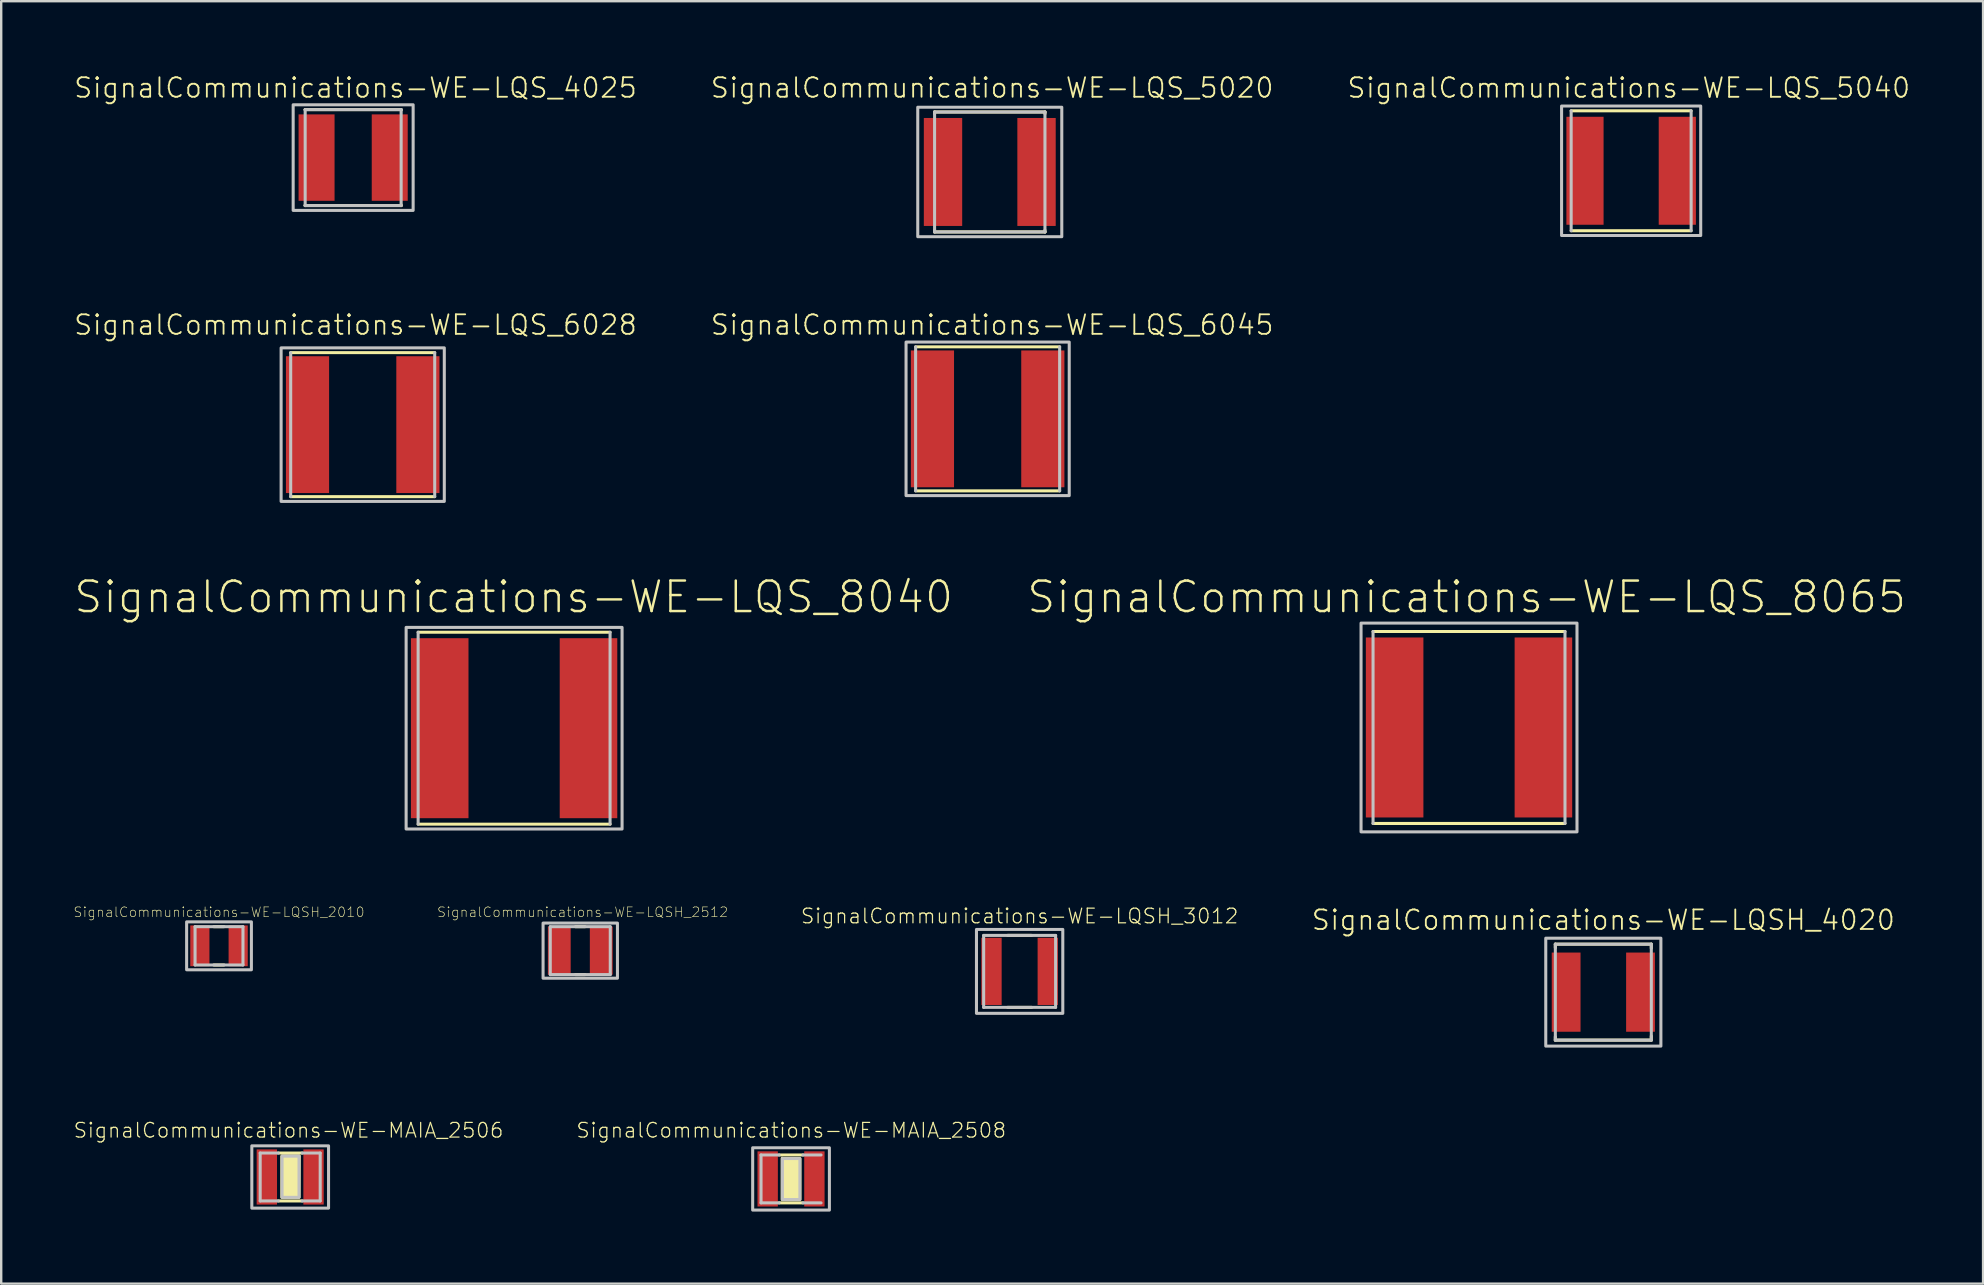
<source format=kicad_pcb>
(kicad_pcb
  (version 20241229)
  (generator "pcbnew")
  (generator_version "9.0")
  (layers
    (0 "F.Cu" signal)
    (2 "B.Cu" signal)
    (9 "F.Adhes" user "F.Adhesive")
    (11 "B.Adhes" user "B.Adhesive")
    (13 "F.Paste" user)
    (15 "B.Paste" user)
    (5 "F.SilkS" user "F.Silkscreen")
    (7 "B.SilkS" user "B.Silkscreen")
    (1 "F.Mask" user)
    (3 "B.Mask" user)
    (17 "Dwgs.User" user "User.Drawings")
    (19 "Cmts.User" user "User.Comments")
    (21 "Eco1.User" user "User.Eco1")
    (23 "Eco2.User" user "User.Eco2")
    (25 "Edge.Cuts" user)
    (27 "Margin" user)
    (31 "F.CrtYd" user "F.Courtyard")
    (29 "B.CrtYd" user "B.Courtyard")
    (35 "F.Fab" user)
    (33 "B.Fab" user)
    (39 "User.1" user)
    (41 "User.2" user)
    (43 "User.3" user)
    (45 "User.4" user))
  (footprint "SignalCommunications-WE-MAIA_2506"
    (layer "F.Cu")
    (at 9.039 45.982)
    (property "Reference" "SignalCommunications-WE-MAIA_2506" (at -0.069 -1.943 0) (layer "F.SilkS") (effects (font (size 0.61 0.61) (thickness 0.051))))
    (attr smd)
    (fp_line (start -0.498 -0.998) (end 0.498 -0.998) (stroke (width 0.127) (type solid)) (layer "F.SilkS"))
    (fp_line (start -0.498 0.998) (end 0.498 0.998) (stroke (width 0.127) (type solid)) (layer "F.SilkS"))
    (fp_poly (pts (xy -0.338 -0.879) (xy 0.378 -0.879) (xy 0.368 0.848) (xy -0.348 0.848) (xy -0.348 -0.859) (xy -0.338 -0.879)) (stroke (width 0.127) (type solid)) (fill yes) (layer "F.SilkS"))
    (fp_line (start -1.25 0.998) (end -1.25 -0.998) (stroke (width 0.127) (type solid)) (layer "Dwgs.User"))
    (fp_line (start -0.498 -0.998) (end -1.25 -0.998) (stroke (width 0.127) (type solid)) (layer "Dwgs.User"))
    (fp_line (start -0.498 0.998) (end -1.25 0.998) (stroke (width 0.127) (type solid)) (layer "Dwgs.User"))
    (fp_line (start 1.25 -0.998) (end 0.498 -0.998) (stroke (width 0.127) (type solid)) (layer "Dwgs.User"))
    (fp_line (start 1.25 -0.998) (end 1.25 0.998) (stroke (width 0.127) (type solid)) (layer "Dwgs.User"))
    (fp_line (start 1.25 0.998) (end 0.498 0.998) (stroke (width 0.127) (type solid)) (layer "Dwgs.User"))
    (fp_poly (pts (xy -1.598 -1.298) (xy 1.598 -1.298) (xy 1.598 1.298) (xy -1.598 1.298) (xy -1.598 -1.298)) (stroke (width 0.127) (type solid)) (fill no) (layer "Dwgs.User"))
    (fp_poly (pts (xy -0.338 -0.869) (xy 0.368 -0.869) (xy 0.368 0.848) (xy -0.338 0.848) (xy -0.338 -0.869)) (stroke (width 0.127) (type solid)) (fill no) (layer "Dwgs.User"))
    (pad "1" smd rect (at -0.973 0) (size 0.848 2.299) (layers "F.Cu" "F.Mask" "F.Paste"))
    (pad "2" smd rect (at 0.973 0) (size 0.848 2.299) (layers "F.Cu" "F.Mask" "F.Paste")))
  (footprint "SignalCommunications-WE-LQSH_3012"
    (layer "F.Cu")
    (at 39.427 37.417)
    (property "Reference" "SignalCommunications-WE-LQSH_3012" (at 0 -2.304 0) (layer "F.SilkS") (effects (font (size 0.61 0.61) (thickness 0.051))))
    (attr smd)
    (fp_line (start -0.498 -1.499) (end 0.498 -1.499) (stroke (width 0.127) (type solid)) (layer "F.SilkS"))
    (fp_line (start -0.498 1.499) (end 0.498 1.499) (stroke (width 0.127) (type solid)) (layer "F.SilkS"))
    (fp_line (start -1.499 -1.499) (end 1.499 -1.499) (stroke (width 0.127) (type solid)) (layer "Dwgs.User"))
    (fp_line (start -1.499 1.499) (end -1.499 -1.499) (stroke (width 0.127) (type solid)) (layer "Dwgs.User"))
    (fp_line (start 1.499 -1.499) (end 1.499 1.499) (stroke (width 0.127) (type solid)) (layer "Dwgs.User"))
    (fp_line (start 1.499 1.499) (end -1.499 1.499) (stroke (width 0.127) (type solid)) (layer "Dwgs.User"))
    (fp_poly (pts (xy -1.798 -1.748) (xy 1.798 -1.748) (xy 1.798 1.748) (xy -1.798 1.748) (xy -1.798 -1.748)) (stroke (width 0.127) (type solid)) (fill no) (layer "Dwgs.User"))
    (pad "1" smd rect (at -1.173 0 90) (size 2.799 0.848) (layers "F.Cu" "F.Mask" "F.Paste"))
    (pad "2" smd rect (at 1.173 0 90) (size 2.799 0.848) (layers "F.Cu" "F.Mask" "F.Paste")))
  (footprint "SignalCommunications-WE-MAIA_2508"
    (layer "F.Cu")
    (at 29.904 46.063)
    (property "Reference" "SignalCommunications-WE-MAIA_2508" (at 0.008 -2.024 0) (layer "F.SilkS") (effects (font (size 0.61 0.61) (thickness 0.051))))
    (attr smd)
    (fp_line (start -0.498 -0.998) (end 0.498 -0.998) (stroke (width 0.127) (type solid)) (layer "F.SilkS"))
    (fp_line (start -0.498 0.998) (end 0.498 0.998) (stroke (width 0.127) (type solid)) (layer "F.SilkS"))
    (fp_poly (pts (xy -0.358 -0.848) (xy 0.368 -0.848) (xy 0.368 0.859) (xy -0.368 0.859) (xy -0.368 -0.859) (xy -0.358 -0.848)) (stroke (width 0.127) (type solid)) (fill yes) (layer "F.SilkS"))
    (fp_line (start -1.25 0.998) (end -1.25 -0.998) (stroke (width 0.127) (type solid)) (layer "Dwgs.User"))
    (fp_line (start -0.498 -0.998) (end -1.25 -0.998) (stroke (width 0.127) (type solid)) (layer "Dwgs.User"))
    (fp_line (start -0.498 0.998) (end -1.25 0.998) (stroke (width 0.127) (type solid)) (layer "Dwgs.User"))
    (fp_line (start 1.25 -0.998) (end 0.498 -0.998) (stroke (width 0.127) (type solid)) (layer "Dwgs.User"))
    (fp_line (start 1.25 0.998) (end 0.498 0.998) (stroke (width 0.127) (type solid)) (layer "Dwgs.User"))
    (fp_poly (pts (xy -1.598 -1.298) (xy 1.598 -1.298) (xy 1.598 1.298) (xy -1.598 1.298) (xy -1.598 -1.298)) (stroke (width 0.127) (type solid)) (fill no) (layer "Dwgs.User"))
    (fp_poly (pts (xy -0.368 -0.848) (xy 0.368 -0.848) (xy 0.368 0.859) (xy -0.358 0.859) (xy -0.358 -0.848) (xy -0.368 -0.848)) (stroke (width 0.127) (type solid)) (fill no) (layer "Dwgs.User"))
    (pad "1" smd rect (at -0.973 0) (size 0.848 2.299) (layers "F.Cu" "F.Mask" "F.Paste"))
    (pad "2" smd rect (at 0.973 0) (size 0.848 2.299) (layers "F.Cu" "F.Mask" "F.Paste")))
  (footprint "SignalCommunications-WE-LQS_5020"
    (layer "F.Cu")
    (at 38.183 4.114)
    (property "Reference" "SignalCommunications-WE-LQS_5020" (at 0.099 -3.505 0) (layer "F.SilkS") (effects (font (size 0.813 0.813) (thickness 0.076))))
    (attr smd)
    (fp_line (start -2.299 -2.499) (end 2.299 -2.499) (stroke (width 0.127) (type solid)) (layer "F.SilkS"))
    (fp_line (start -2.299 -2.428) (end -2.299 -2.499) (stroke (width 0.127) (type solid)) (layer "F.SilkS"))
    (fp_line (start -2.299 2.418) (end -2.299 2.499) (stroke (width 0.127) (type solid)) (layer "F.SilkS"))
    (fp_line (start -2.299 2.499) (end 2.299 2.499) (stroke (width 0.127) (type solid)) (layer "F.SilkS"))
    (fp_line (start 2.299 -2.499) (end 2.299 -2.428) (stroke (width 0.127) (type solid)) (layer "F.SilkS"))
    (fp_line (start 2.299 2.499) (end 2.299 2.428) (stroke (width 0.127) (type solid)) (layer "F.SilkS"))
    (fp_line (start -2.299 -2.499) (end 2.299 -2.499) (stroke (width 0.127) (type solid)) (layer "Dwgs.User"))
    (fp_line (start -2.299 2.499) (end -2.299 -2.499) (stroke (width 0.127) (type solid)) (layer "Dwgs.User"))
    (fp_line (start 2.299 -2.499) (end 2.299 2.499) (stroke (width 0.127) (type solid)) (layer "Dwgs.User"))
    (fp_line (start 2.299 2.499) (end -2.299 2.499) (stroke (width 0.127) (type solid)) (layer "Dwgs.User"))
    (fp_poly (pts (xy -3 -2.697) (xy 3 -2.697) (xy 3 2.697) (xy -3 2.697) (xy -3 -2.697)) (stroke (width 0.127) (type solid)) (fill no) (layer "Dwgs.User"))
    (pad "1" smd rect (at -1.948 0 90) (size 4.498 1.598) (layers "F.Cu" "F.Mask" "F.Paste"))
    (pad "2" smd rect (at 1.948 0 90) (size 4.498 1.598) (layers "F.Cu" "F.Mask" "F.Paste")))
  (footprint "SignalCommunications-WE-LQSH_2512"
    (layer "F.Cu")
    (at 21.123 36.553)
    (property "Reference" "SignalCommunications-WE-LQSH_2512" (at 0.099 -1.603 0) (layer "F.SilkS") (effects (font (size 0.406 0.406) (thickness 0.025))))
    (attr smd)
    (fp_line (start -0.198 -0.998) (end 0.198 -0.998) (stroke (width 0.127) (type solid)) (layer "F.SilkS"))
    (fp_line (start -0.198 0.998) (end 0.198 0.998) (stroke (width 0.127) (type solid)) (layer "F.SilkS"))
    (fp_line (start -1.25 -0.998) (end 1.25 -0.998) (stroke (width 0.127) (type solid)) (layer "Dwgs.User"))
    (fp_line (start -1.25 0.998) (end -1.25 -0.998) (stroke (width 0.127) (type solid)) (layer "Dwgs.User"))
    (fp_line (start 1.25 -0.998) (end 1.25 0.998) (stroke (width 0.127) (type solid)) (layer "Dwgs.User"))
    (fp_line (start 1.25 0.998) (end -1.25 0.998) (stroke (width 0.127) (type solid)) (layer "Dwgs.User"))
    (fp_poly (pts (xy -1.549 -1.148) (xy 1.549 -1.148) (xy 1.549 1.148) (xy -1.549 1.148) (xy -1.549 -1.148)) (stroke (width 0.127) (type solid)) (fill no) (layer "Dwgs.User"))
    (pad "1" smd rect (at -0.874 0 90) (size 1.999 0.95) (layers "F.Cu" "F.Mask" "F.Paste"))
    (pad "2" smd rect (at 0.874 0 90) (size 1.999 0.95) (layers "F.Cu" "F.Mask" "F.Paste")))
  (footprint "SignalCommunications-WE-LQSH_4020"
    (layer "F.Cu")
    (at 63.743 38.282)
    (property "Reference" "SignalCommunications-WE-LQSH_4020" (at 0 -3.005 0) (layer "F.SilkS") (effects (font (size 0.813 0.813) (thickness 0.076))))
    (attr smd)
    (fp_line (start -1.999 -1.999) (end 1.999 -1.999) (stroke (width 0.127) (type solid)) (layer "F.SilkS"))
    (fp_line (start -1.999 -1.849) (end -1.999 -1.999) (stroke (width 0.127) (type solid)) (layer "F.SilkS"))
    (fp_line (start -1.999 1.859) (end -1.999 1.999) (stroke (width 0.127) (type solid)) (layer "F.SilkS"))
    (fp_line (start -1.999 1.999) (end 1.999 1.999) (stroke (width 0.127) (type solid)) (layer "F.SilkS"))
    (fp_line (start 1.999 -1.999) (end 1.999 -1.829) (stroke (width 0.127) (type solid)) (layer "F.SilkS"))
    (fp_line (start 1.999 1.999) (end 1.999 1.829) (stroke (width 0.127) (type solid)) (layer "F.SilkS"))
    (fp_line (start -1.999 -1.999) (end 1.999 -1.999) (stroke (width 0.127) (type solid)) (layer "Dwgs.User"))
    (fp_line (start -1.999 1.999) (end -1.999 -1.999) (stroke (width 0.127) (type solid)) (layer "Dwgs.User"))
    (fp_line (start 1.999 -1.999) (end 1.999 1.999) (stroke (width 0.127) (type solid)) (layer "Dwgs.User"))
    (fp_line (start 1.999 1.999) (end -1.999 1.999) (stroke (width 0.127) (type solid)) (layer "Dwgs.User"))
    (fp_poly (pts (xy -2.398 -2.248) (xy 2.398 -2.248) (xy 2.398 2.248) (xy -2.398 2.248) (xy -2.398 -2.248)) (stroke (width 0.127) (type solid)) (fill no) (layer "Dwgs.User"))
    (pad "1" smd rect (at -1.549 0 90) (size 3.299 1.199) (layers "F.Cu" "F.Mask" "F.Paste"))
    (pad "2" smd rect (at 1.549 0 90) (size 3.299 1.199) (layers "F.Cu" "F.Mask" "F.Paste")))
  (footprint "SignalCommunications-WE-LQS_6045"
    (layer "F.Cu")
    (at 38.094 14.399)
    (property "Reference" "SignalCommunications-WE-LQS_6045" (at 0.188 -3.914 0) (layer "F.SilkS") (effects (font (size 0.813 0.813) (thickness 0.076))))
    (attr smd)
    (fp_line (start -3 -3) (end 3 -3) (stroke (width 0.127) (type solid)) (layer "F.SilkS"))
    (fp_line (start -3 3) (end 3 3) (stroke (width 0.127) (type solid)) (layer "F.SilkS"))
    (fp_line (start -3 3) (end -3 -3) (stroke (width 0.127) (type solid)) (layer "Dwgs.User"))
    (fp_line (start 3 3) (end 3 -3) (stroke (width 0.127) (type solid)) (layer "Dwgs.User"))
    (fp_poly (pts (xy -3.399 -3.198) (xy 3.399 -3.198) (xy 3.399 3.198) (xy -3.399 3.198) (xy -3.399 -3.198)) (stroke (width 0.127) (type solid)) (fill no) (layer "Dwgs.User"))
    (pad "1" smd rect (at -2.299 0) (size 1.798 5.7) (layers "F.Cu" "F.Mask" "F.Paste"))
    (pad "2" smd rect (at 2.299 0) (size 1.798 5.7) (layers "F.Cu" "F.Mask" "F.Paste")))
  (footprint "SignalCommunications-WE-LQSH_2010"
    (layer "F.Cu")
    (at 6.074 36.352)
    (property "Reference" "SignalCommunications-WE-LQSH_2010" (at 0 -1.402 0) (layer "F.SilkS") (effects (font (size 0.406 0.406) (thickness 0.025))))
    (attr smd)
    (fp_line (start 0.208 -0.798) (end -0.218 -0.798) (stroke (width 0.127) (type solid)) (layer "F.SilkS"))
    (fp_line (start 0.208 0.798) (end -0.218 0.798) (stroke (width 0.127) (type solid)) (layer "F.SilkS"))
    (fp_line (start -0.998 -0.798) (end 0.998 -0.798) (stroke (width 0.127) (type solid)) (layer "Dwgs.User"))
    (fp_line (start -0.998 0.798) (end -0.998 -0.798) (stroke (width 0.127) (type solid)) (layer "Dwgs.User"))
    (fp_line (start 0.998 -0.798) (end 0.998 0.798) (stroke (width 0.127) (type solid)) (layer "Dwgs.User"))
    (fp_line (start 0.998 0.798) (end -0.998 0.798) (stroke (width 0.127) (type solid)) (layer "Dwgs.User"))
    (fp_poly (pts (xy -1.349 0.998) (xy -1.349 -0.998) (xy 1.349 -0.998) (xy 1.349 0.998) (xy -1.349 0.998)) (stroke (width 0.127) (type solid)) (fill no) (layer "Dwgs.User"))
    (pad "1" smd rect (at -0.798 0 90) (size 1.699 0.798) (layers "F.Cu" "F.Mask" "F.Paste"))
    (pad "2" smd rect (at 0.798 0 90) (size 1.699 0.798) (layers "F.Cu" "F.Mask" "F.Paste")))
  (footprint "SignalCommunications-WE-LQS_8065"
    (layer "F.Cu")
    (at 58.148 27.256)
    (property "Reference" "SignalCommunications-WE-LQS_8065" (at -0.099 -5.433 0) (layer "F.SilkS") (effects (font (size 1.27 1.27) (thickness 0.102))))
    (attr smd)
    (fp_line (start -3.998 -3.998) (end 3.998 -3.998) (stroke (width 0.127) (type solid)) (layer "F.SilkS"))
    (fp_line (start 3.998 3.998) (end -3.998 3.998) (stroke (width 0.127) (type solid)) (layer "F.SilkS"))
    (fp_line (start -3.998 3.998) (end -3.998 -3.998) (stroke (width 0.127) (type solid)) (layer "Dwgs.User"))
    (fp_line (start 3.998 -3.998) (end 3.998 3.998) (stroke (width 0.127) (type solid)) (layer "Dwgs.User"))
    (fp_poly (pts (xy -4.498 -4.348) (xy 4.498 -4.348) (xy 4.498 4.348) (xy -4.498 4.348) (xy -4.498 -4.348)) (stroke (width 0.127) (type solid)) (fill no) (layer "Dwgs.User"))
    (pad "1" smd rect (at -3.099 0 90) (size 7.498 2.398) (layers "F.Cu" "F.Mask" "F.Paste"))
    (pad "2" smd rect (at 3.099 0 90) (size 7.498 2.398) (layers "F.Cu" "F.Mask" "F.Paste")))
  (footprint "SignalCommunications-WE-LQS_4025"
    (layer "F.Cu")
    (at 11.662 3.515)
    (property "Reference" "SignalCommunications-WE-LQS_4025" (at 0.099 -2.906 0) (layer "F.SilkS") (effects (font (size 0.813 0.813) (thickness 0.076))))
    (attr smd)
    (fp_line (start -1.999 -1.999) (end 1.999 -1.999) (stroke (width 0.127) (type solid)) (layer "F.SilkS"))
    (fp_line (start -1.999 -1.989) (end -1.999 -1.999) (stroke (width 0.127) (type solid)) (layer "F.SilkS"))
    (fp_line (start -1.999 1.979) (end -1.999 1.999) (stroke (width 0.127) (type solid)) (layer "F.SilkS"))
    (fp_line (start -1.999 1.999) (end 1.999 1.999) (stroke (width 0.127) (type solid)) (layer "F.SilkS"))
    (fp_line (start 1.999 -1.999) (end 1.999 -1.979) (stroke (width 0.127) (type solid)) (layer "F.SilkS"))
    (fp_line (start 1.999 1.999) (end 1.999 1.968) (stroke (width 0.127) (type solid)) (layer "F.SilkS"))
    (fp_line (start -1.999 -1.999) (end 1.999 -1.999) (stroke (width 0.127) (type solid)) (layer "Dwgs.User"))
    (fp_line (start -1.999 1.999) (end -1.999 -1.999) (stroke (width 0.127) (type solid)) (layer "Dwgs.User"))
    (fp_line (start 1.999 -1.999) (end 1.999 1.999) (stroke (width 0.127) (type solid)) (layer "Dwgs.User"))
    (fp_line (start 1.999 1.999) (end -1.999 1.999) (stroke (width 0.127) (type solid)) (layer "Dwgs.User"))
    (fp_poly (pts (xy -2.499 -2.2) (xy 2.499 -2.2) (xy 2.499 2.2) (xy -2.499 2.2) (xy -2.499 -2.2)) (stroke (width 0.127) (type solid)) (fill no) (layer "Dwgs.User"))
    (pad "1" smd rect (at -1.524 0 90) (size 3.599 1.499) (layers "F.Cu" "F.Mask" "F.Paste"))
    (pad "2" smd rect (at 1.524 0 90) (size 3.599 1.499) (layers "F.Cu" "F.Mask" "F.Paste")))
  (footprint "SignalCommunications-WE-LQS_5040"
    (layer "F.Cu")
    (at 64.902 4.064)
    (property "Reference" "SignalCommunications-WE-LQS_5040" (at -0.099 -3.454 0) (layer "F.SilkS") (effects (font (size 0.813 0.813) (thickness 0.076))))
    (attr smd)
    (fp_line (start -2.499 -2.499) (end 2.499 -2.499) (stroke (width 0.127) (type solid)) (layer "F.SilkS"))
    (fp_line (start -2.499 2.499) (end 2.499 2.499) (stroke (width 0.127) (type solid)) (layer "F.SilkS"))
    (fp_line (start -2.499 -2.499) (end -2.499 2.499) (stroke (width 0.127) (type solid)) (layer "Dwgs.User"))
    (fp_line (start 2.499 -2.499) (end 2.499 2.499) (stroke (width 0.127) (type solid)) (layer "Dwgs.User"))
    (fp_poly (pts (xy -2.898 -2.697) (xy 2.898 -2.697) (xy 2.898 2.697) (xy -2.898 2.697) (xy -2.898 -2.697)) (stroke (width 0.127) (type solid)) (fill no) (layer "Dwgs.User"))
    (pad "1" smd rect (at -1.923 0) (size 1.549 4.498) (layers "F.Cu" "F.Mask" "F.Paste"))
    (pad "2" smd rect (at 1.923 0) (size 1.549 4.498) (layers "F.Cu" "F.Mask" "F.Paste")))
  (footprint "SignalCommunications-WE-LQS_8040"
    (layer "F.Cu")
    (at 18.367 27.286)
    (property "Reference" "SignalCommunications-WE-LQS_8040" (at -0.018 -5.464 0) (layer "F.SilkS") (effects (font (size 1.27 1.27) (thickness 0.102))))
    (attr smd)
    (fp_line (start -3.998 -3.998) (end 3.998 -3.998) (stroke (width 0.127) (type solid)) (layer "F.SilkS"))
    (fp_line (start -3.998 3.998) (end 3.998 3.998) (stroke (width 0.127) (type solid)) (layer "F.SilkS"))
    (fp_line (start -3.998 -3.998) (end -3.998 3.998) (stroke (width 0.127) (type solid)) (layer "Dwgs.User"))
    (fp_line (start 3.998 -3.998) (end 3.998 3.998) (stroke (width 0.127) (type solid)) (layer "Dwgs.User"))
    (fp_poly (pts (xy -4.498 -4.199) (xy 4.498 -4.199) (xy 4.498 4.199) (xy -4.498 4.199) (xy -4.498 -4.199)) (stroke (width 0.127) (type solid)) (fill no) (layer "Dwgs.User"))
    (pad "1" smd rect (at -3.099 0) (size 2.398 7.498) (layers "F.Cu" "F.Mask" "F.Paste"))
    (pad "2" smd rect (at 3.099 0) (size 2.398 7.498) (layers "F.Cu" "F.Mask" "F.Paste")))
  (footprint "SignalCommunications-WE-LQS_6028"
    (layer "F.Cu")
    (at 12.06 14.64)
    (property "Reference" "SignalCommunications-WE-LQS_6028" (at -0.3 -4.155 0) (layer "F.SilkS") (effects (font (size 0.813 0.813) (thickness 0.076))))
    (attr smd)
    (fp_line (start -3 -3) (end 3 -3) (stroke (width 0.127) (type solid)) (layer "F.SilkS"))
    (fp_line (start -3 3) (end 3 3) (stroke (width 0.127) (type solid)) (layer "F.SilkS"))
    (fp_line (start -3 -3) (end -3 3) (stroke (width 0.127) (type solid)) (layer "Dwgs.User"))
    (fp_line (start 3 -3) (end 3 3) (stroke (width 0.127) (type solid)) (layer "Dwgs.User"))
    (fp_poly (pts (xy -3.399 -3.198) (xy 3.399 -3.198) (xy 3.399 3.198) (xy -3.399 3.198) (xy -3.399 -3.198)) (stroke (width 0.127) (type solid)) (fill no) (layer "Dwgs.User"))
    (pad "1" smd rect (at -2.299 0) (size 1.798 5.7) (layers "F.Cu" "F.Mask" "F.Paste"))
    (pad "2" smd rect (at 2.299 0) (size 1.798 5.7) (layers "F.Cu" "F.Mask" "F.Paste")))
  (gr_rect
    (start -3 -3)
    (end 79.563 50.425)
    (stroke (width 0.1) (type default))
    (fill no)
    (layer "Edge.Cuts")))
</source>
